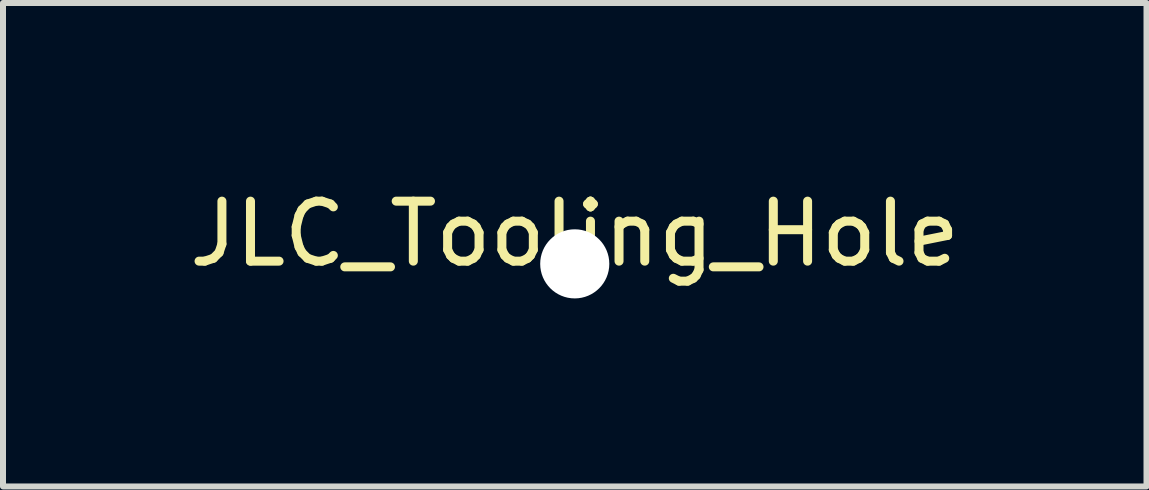
<source format=kicad_pcb>
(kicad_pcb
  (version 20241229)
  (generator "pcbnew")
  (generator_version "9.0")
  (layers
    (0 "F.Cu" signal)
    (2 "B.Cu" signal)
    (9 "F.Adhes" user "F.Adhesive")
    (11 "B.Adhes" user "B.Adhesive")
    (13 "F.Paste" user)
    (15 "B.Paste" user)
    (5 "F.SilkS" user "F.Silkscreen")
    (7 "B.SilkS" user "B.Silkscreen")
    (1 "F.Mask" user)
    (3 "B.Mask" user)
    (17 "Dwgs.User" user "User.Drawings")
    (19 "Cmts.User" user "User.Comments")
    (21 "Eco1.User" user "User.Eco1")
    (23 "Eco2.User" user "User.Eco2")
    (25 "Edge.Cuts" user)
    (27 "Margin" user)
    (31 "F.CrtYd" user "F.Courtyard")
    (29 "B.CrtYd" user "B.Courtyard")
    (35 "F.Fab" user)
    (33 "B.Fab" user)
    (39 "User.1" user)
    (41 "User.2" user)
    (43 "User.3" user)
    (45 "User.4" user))
  (footprint "JLC_Tooling_Hole"
    (layer "F.Cu")
    (at 6.53 1.348)
    (property "Reference" "JLC_Tooling_Hole" (at 0 -0.5 0) (unlocked yes) (layer "F.SilkS") (effects (font (size 1 1) (thickness 0.15))))
    (fp_circle (center 0 0) (end 0.65 0) (stroke (width 0.12) (type solid)) (fill yes) (layer "F.Mask"))
    (fp_circle (center 0 0) (end 0.65 0) (stroke (width 0.12) (type solid)) (fill yes) (layer "B.Mask"))
    (pad "" np_thru_hole circle (at 0 0) (size 1.152 1.152) (drill 1.152) (layers "*.Cu" "*.Mask")))
  (gr_rect
    (start -3 -3)
    (end 16.06 5.058)
    (stroke (width 0.1) (type default))
    (fill no)
    (layer "Edge.Cuts")))
</source>
